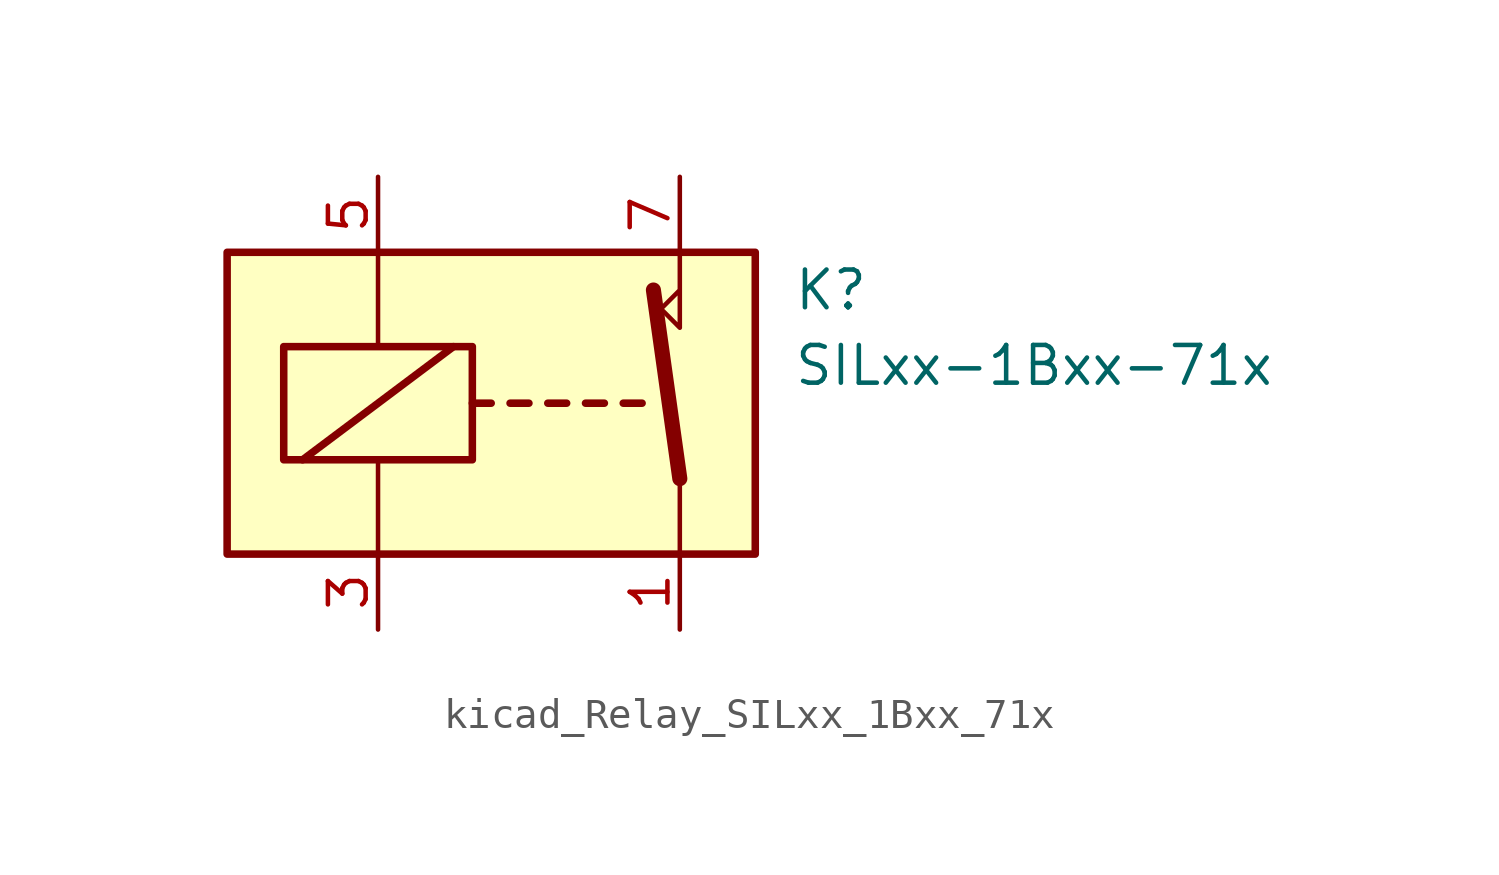
<source format=kicad_sym>
(kicad_symbol_lib
  (version 20220914)
  (generator kicad_symbol_editor)
  (symbol "kicad_Relay_SILxx_1Bxx_71x"
    (property "Reference" "K"
      (at 8.89 3.81 0)
      (effects (font (size 1.27 1.27)) (justify left)))
    (property "Value" "SILxx-1Bxx-71x"
      (at 8.89 1.27 0)
      (effects (font (size 1.27 1.27)) (justify left)))
    (symbol "kicad_Relay_SILxx_1Bxx_71x_0_0"
      (polyline (pts (xy 5.08 5.08) (xy 5.08 2.54) (xy 4.445 3.175) (xy 5.08 3.81)) (stroke (width 0) (type default)) (fill (type none))))
    (symbol "kicad_Relay_SILxx_1Bxx_71x_0_1"
      (rectangle (start -10.16 5.08) (end 7.62 -5.08) (stroke (width 0.254) (type default)) (fill (type background)))
      (rectangle (start -8.255 1.905) (end -1.905 -1.905) (stroke (width 0.254) (type default)) (fill (type none)))
      (polyline (pts (xy -7.62 -1.905) (xy -2.54 1.905)) (stroke (width 0.254) (type default)) (fill (type none)))
      (polyline (pts (xy -5.08 -5.08) (xy -5.08 -1.905)) (stroke (width 0) (type default)) (fill (type none)))
      (polyline (pts (xy -5.08 5.08) (xy -5.08 1.905)) (stroke (width 0) (type default)) (fill (type none)))
      (polyline (pts (xy -1.905 0) (xy -1.27 0)) (stroke (width 0.254) (type default)) (fill (type none)))
      (polyline (pts (xy -0.635 0) (xy 0 0)) (stroke (width 0.254) (type default)) (fill (type none)))
      (polyline (pts (xy 0.635 0) (xy 1.27 0)) (stroke (width 0.254) (type default)) (fill (type none)))
      (polyline (pts (xy 1.905 0) (xy 2.54 0)) (stroke (width 0.254) (type default)) (fill (type none)))
      (polyline (pts (xy 3.175 0) (xy 3.81 0)) (stroke (width 0.254) (type default)) (fill (type none)))
      (polyline (pts (xy 5.08 -2.54) (xy 4.191 3.81)) (stroke (width 0.508) (type default)) (fill (type none)))
      (polyline (pts (xy 5.08 -2.54) (xy 5.08 -5.08)) (stroke (width 0) (type default)) (fill (type none))))
    (symbol "kicad_Relay_SILxx_1Bxx_71x_1_1"
      (pin passive line (at 5.08 -7.62 90) (length 2.54) (name "~" (effects (font (size 1.27 1.27)))) (number "1" (effects (font (size 1.27 1.27)))))
      (pin passive line (at -5.08 -7.62 90) (length 2.54) (name "~" (effects (font (size 1.27 1.27)))) (number "3" (effects (font (size 1.27 1.27)))))
      (pin passive line (at -5.08 7.62 270) (length 2.54) (name "~" (effects (font (size 1.27 1.27)))) (number "5" (effects (font (size 1.27 1.27)))))
      (pin passive line (at 5.08 7.62 270) (length 2.54) (name "~" (effects (font (size 1.27 1.27)))) (number "7" (effects (font (size 1.27 1.27))))))))
</source>
